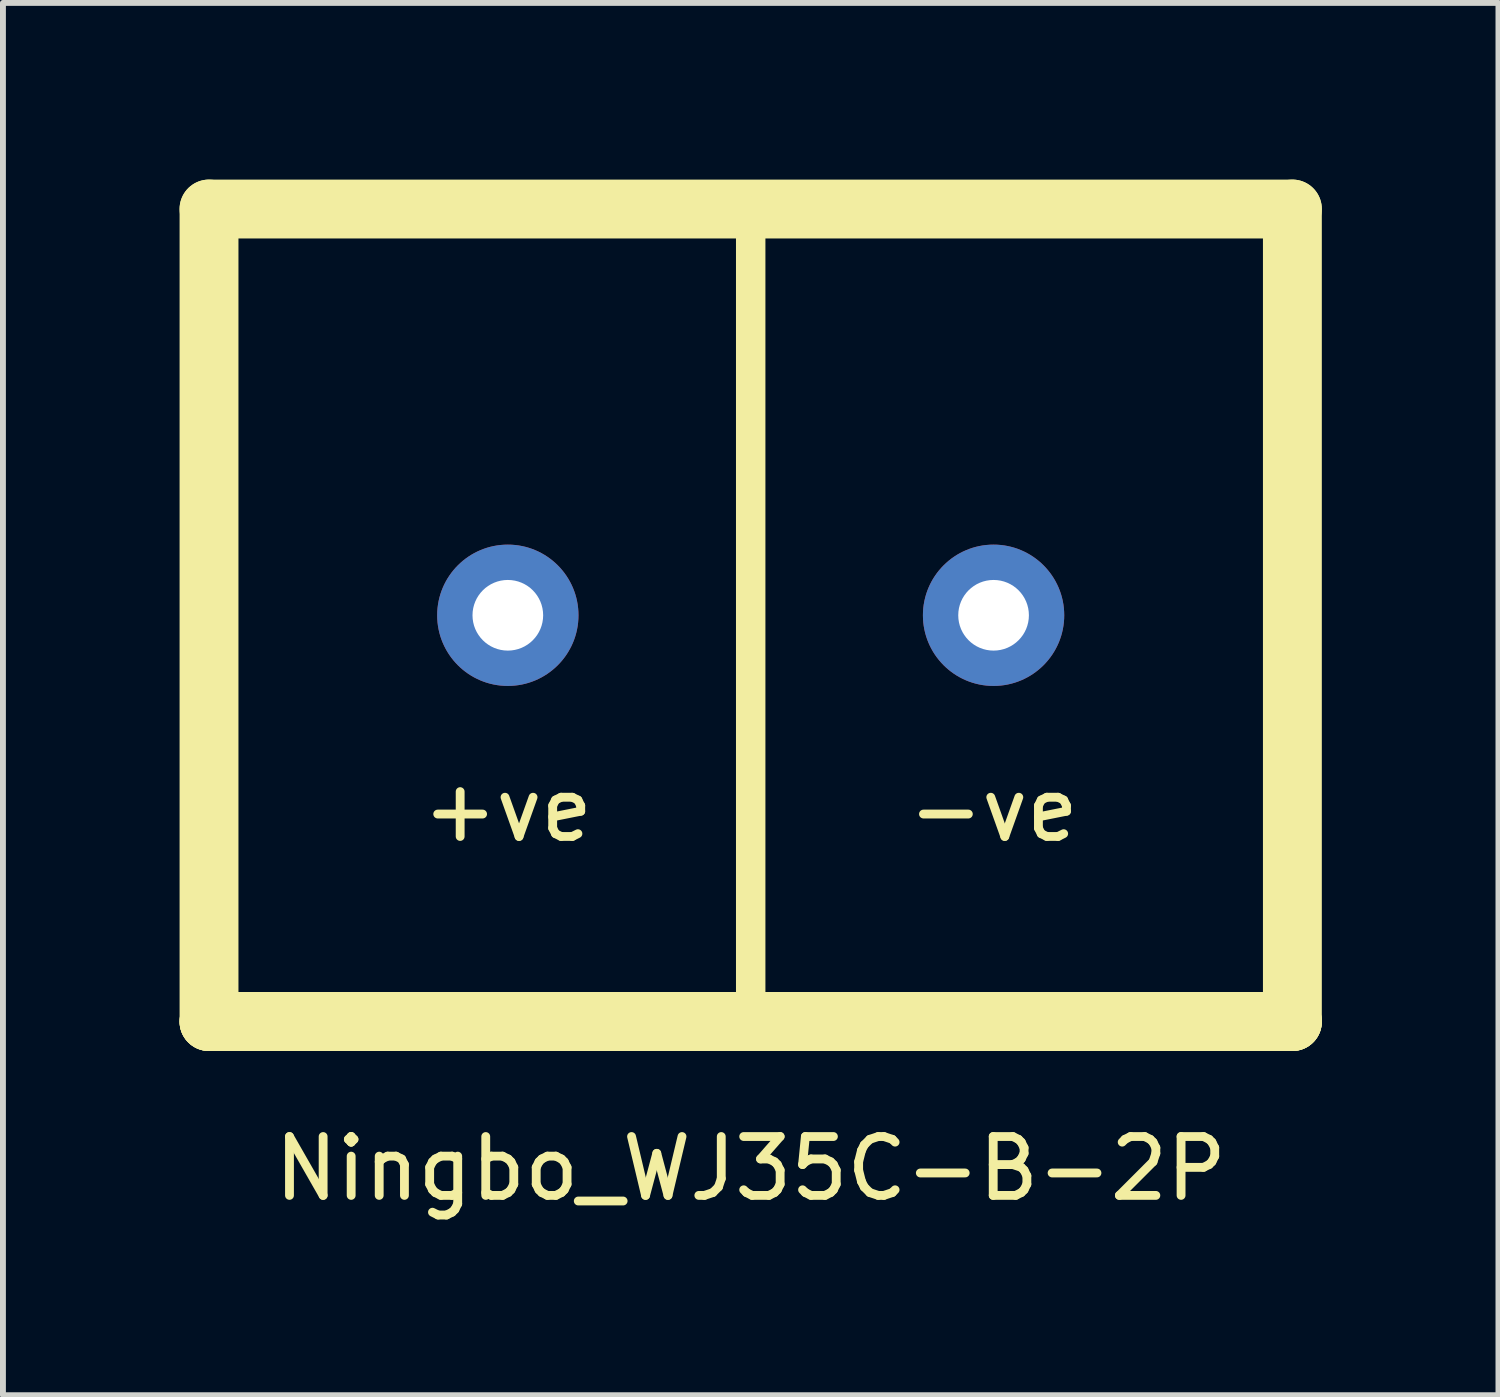
<source format=kicad_pcb>
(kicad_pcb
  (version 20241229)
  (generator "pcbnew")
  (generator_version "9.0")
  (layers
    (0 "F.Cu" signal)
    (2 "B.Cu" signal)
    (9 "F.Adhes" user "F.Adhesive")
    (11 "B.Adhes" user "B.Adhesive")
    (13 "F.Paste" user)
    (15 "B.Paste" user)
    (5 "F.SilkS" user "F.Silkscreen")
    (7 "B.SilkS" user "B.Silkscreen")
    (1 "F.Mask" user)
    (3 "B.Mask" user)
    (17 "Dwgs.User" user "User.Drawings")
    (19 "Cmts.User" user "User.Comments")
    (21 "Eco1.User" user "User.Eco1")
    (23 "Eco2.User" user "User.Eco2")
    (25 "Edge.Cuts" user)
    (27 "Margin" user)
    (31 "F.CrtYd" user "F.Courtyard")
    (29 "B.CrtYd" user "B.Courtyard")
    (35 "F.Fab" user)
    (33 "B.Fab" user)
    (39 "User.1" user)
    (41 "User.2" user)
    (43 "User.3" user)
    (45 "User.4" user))
  (footprint "Ningbo_WJ35C-B-2P"
    (layer "F.Cu")
    (at 9.7 7.4)
    (property "Reference" "Ningbo_WJ35C-B-2P" (at 0 9.398 0) (layer "F.SilkS") (effects (font (size 1 1) (thickness 0.15))))
    (attr through_hole)
    (fp_line (start -9.2 -6.9) (end -9.2 6.9) (stroke (width 1) (type solid)) (layer "F.SilkS"))
    (fp_line (start -9.2 -6.9) (end 9.2 -6.9) (stroke (width 1) (type solid)) (layer "F.SilkS"))
    (fp_line (start -9.2 6.9) (end 9.2 6.9) (stroke (width 0.15) (type solid)) (layer "F.SilkS"))
    (fp_line (start -9.2 6.9) (end 9.2 6.9) (stroke (width 1) (type solid)) (layer "F.SilkS"))
    (fp_line (start -9.2 6.9) (end 9.2 6.9) (stroke (width 1) (type solid)) (layer "F.SilkS"))
    (fp_line (start 0 -6.858) (end 0 6.858) (stroke (width 0.5) (type solid)) (layer "F.SilkS"))
    (fp_line (start 9.2 6.9) (end -9.2 6.9) (stroke (width 1) (type solid)) (layer "F.SilkS"))
    (fp_line (start 9.2 6.9) (end 9.2 -6.9) (stroke (width 1) (type solid)) (layer "F.SilkS"))
    (fp_text user "+ve" (at -4.125 3.302 0) (layer "F.SilkS") (effects (font (size 1 1) (thickness 0.15))))
    (fp_text user "-ve" (at 4.125 3.302 0) (layer "F.SilkS") (effects (font (size 1 1) (thickness 0.15))))
    (pad "1" thru_hole circle (at -4.125 0) (size 2.4 2.4) (drill 1.2) (layers "*.Cu" "*.Mask"))
    (pad "2" thru_hole circle (at 4.125 0) (size 2.4 2.4) (drill 1.2) (layers "*.Cu" "*.Mask")))
  (gr_rect
    (start -3 -3)
    (end 22.4 20.646)
    (stroke (width 0.1) (type default))
    (fill no)
    (layer "Edge.Cuts")))
</source>
